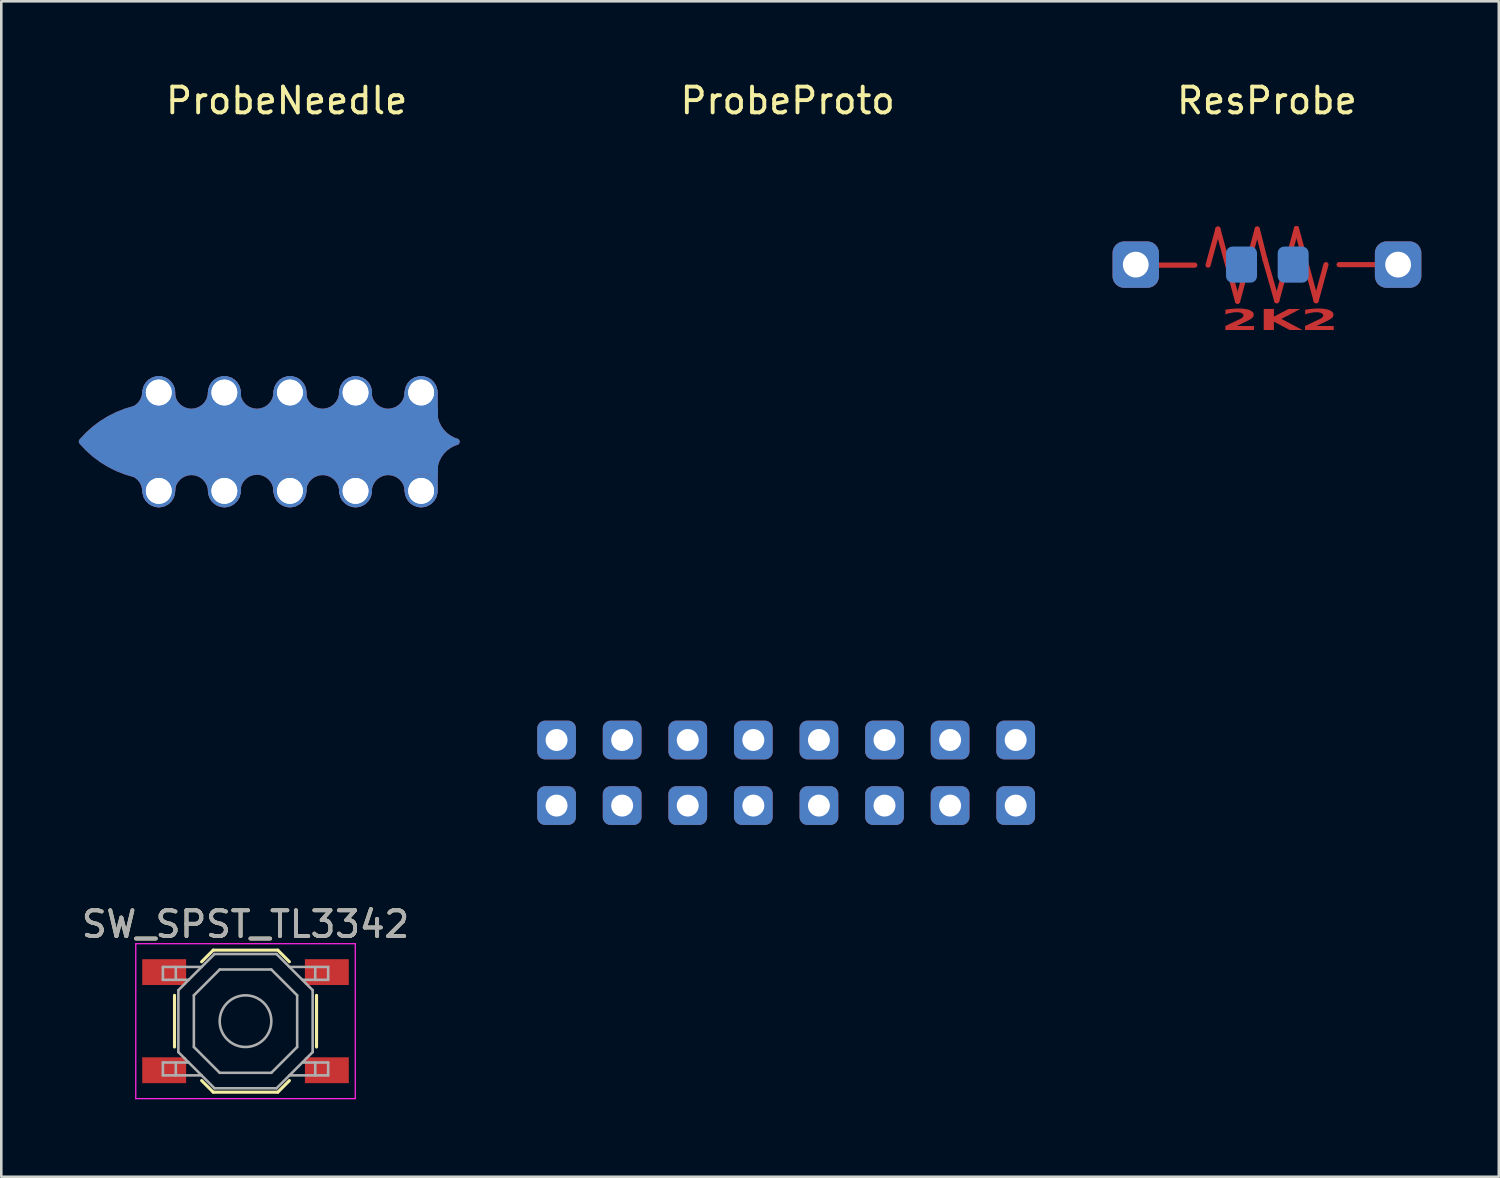
<source format=kicad_pcb>
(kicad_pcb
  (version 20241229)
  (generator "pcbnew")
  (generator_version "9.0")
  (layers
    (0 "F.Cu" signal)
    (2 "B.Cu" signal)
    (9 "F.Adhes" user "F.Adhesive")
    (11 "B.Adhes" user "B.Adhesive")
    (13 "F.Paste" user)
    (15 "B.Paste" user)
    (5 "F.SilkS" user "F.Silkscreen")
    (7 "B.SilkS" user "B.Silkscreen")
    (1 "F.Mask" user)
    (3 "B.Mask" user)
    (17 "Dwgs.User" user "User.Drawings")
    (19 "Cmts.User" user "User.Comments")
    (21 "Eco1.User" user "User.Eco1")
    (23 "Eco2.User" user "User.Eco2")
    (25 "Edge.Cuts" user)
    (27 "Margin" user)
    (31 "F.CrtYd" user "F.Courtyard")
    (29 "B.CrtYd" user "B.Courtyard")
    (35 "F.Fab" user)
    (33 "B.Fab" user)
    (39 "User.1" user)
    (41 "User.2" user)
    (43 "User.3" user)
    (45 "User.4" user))
  (footprint "SW_SPST_TL3342"
    (layer "F.Cu")
    (at 6.458 36.496)
    (property "Reference" "SW_SPST_TL3342" (at 0 -3.75 0) (layer "F.SilkS") (effects (font (size 1 1) (thickness 0.15))))
    (attr smd)
    (fp_line (start -2.75 -1) (end -2.75 1) (stroke (width 0.12) (type solid)) (layer "F.SilkS"))
    (fp_line (start -1.7 -2.3) (end -1.25 -2.75) (stroke (width 0.12) (type solid)) (layer "F.SilkS"))
    (fp_line (start -1.7 2.3) (end -1.25 2.75) (stroke (width 0.12) (type solid)) (layer "F.SilkS"))
    (fp_line (start -1.25 -2.75) (end 1.25 -2.75) (stroke (width 0.12) (type solid)) (layer "F.SilkS"))
    (fp_line (start -1.25 2.75) (end 1.25 2.75) (stroke (width 0.12) (type solid)) (layer "F.SilkS"))
    (fp_line (start 1.7 -2.3) (end 1.25 -2.75) (stroke (width 0.12) (type solid)) (layer "F.SilkS"))
    (fp_line (start 1.7 2.3) (end 1.25 2.75) (stroke (width 0.12) (type solid)) (layer "F.SilkS"))
    (fp_line (start 2.75 -1) (end 2.75 1) (stroke (width 0.12) (type solid)) (layer "F.SilkS"))
    (fp_line (start -4.25 -3) (end 4.25 -3) (stroke (width 0.05) (type solid)) (layer "F.CrtYd"))
    (fp_line (start -4.25 3) (end -4.25 -3) (stroke (width 0.05) (type solid)) (layer "F.CrtYd"))
    (fp_line (start 4.25 -3) (end 4.25 3) (stroke (width 0.05) (type solid)) (layer "F.CrtYd"))
    (fp_line (start 4.25 3) (end -4.25 3) (stroke (width 0.05) (type solid)) (layer "F.CrtYd"))
    (fp_line (start -3.2 -2.1) (end -3.2 -1.6) (stroke (width 0.1) (type solid)) (layer "F.Fab"))
    (fp_line (start -3.2 -1.6) (end -2.2 -1.6) (stroke (width 0.1) (type solid)) (layer "F.Fab"))
    (fp_line (start -3.2 1.6) (end -2.2 1.6) (stroke (width 0.1) (type solid)) (layer "F.Fab"))
    (fp_line (start -3.2 2.1) (end -3.2 1.6) (stroke (width 0.1) (type solid)) (layer "F.Fab"))
    (fp_line (start -2.7 -2.1) (end -2.7 -1.6) (stroke (width 0.1) (type solid)) (layer "F.Fab"))
    (fp_line (start -2.7 2.1) (end -2.7 1.6) (stroke (width 0.1) (type solid)) (layer "F.Fab"))
    (fp_line (start -2.6 -1.2) (end -2.6 1.2) (stroke (width 0.1) (type solid)) (layer "F.Fab"))
    (fp_line (start -2.6 1.2) (end -1.2 2.6) (stroke (width 0.1) (type solid)) (layer "F.Fab"))
    (fp_line (start -2 -1) (end -1 -2) (stroke (width 0.1) (type solid)) (layer "F.Fab"))
    (fp_line (start -2 1) (end -2 -1) (stroke (width 0.1) (type solid)) (layer "F.Fab"))
    (fp_line (start -1.7 -2.1) (end -3.2 -2.1) (stroke (width 0.1) (type solid)) (layer "F.Fab"))
    (fp_line (start -1.7 2.1) (end -3.2 2.1) (stroke (width 0.1) (type solid)) (layer "F.Fab"))
    (fp_line (start -1.2 -2.6) (end -2.6 -1.2) (stroke (width 0.1) (type solid)) (layer "F.Fab"))
    (fp_line (start -1.2 2.6) (end 1.2 2.6) (stroke (width 0.1) (type solid)) (layer "F.Fab"))
    (fp_line (start -1 -2) (end 1 -2) (stroke (width 0.1) (type solid)) (layer "F.Fab"))
    (fp_line (start -1 2) (end -2 1) (stroke (width 0.1) (type solid)) (layer "F.Fab"))
    (fp_line (start 1 -2) (end 2 -1) (stroke (width 0.1) (type solid)) (layer "F.Fab"))
    (fp_line (start 1 2) (end -1 2) (stroke (width 0.1) (type solid)) (layer "F.Fab"))
    (fp_line (start 1.2 -2.6) (end -1.2 -2.6) (stroke (width 0.1) (type solid)) (layer "F.Fab"))
    (fp_line (start 1.2 2.6) (end 2.6 1.2) (stroke (width 0.1) (type solid)) (layer "F.Fab"))
    (fp_line (start 1.7 -2.1) (end 3.2 -2.1) (stroke (width 0.1) (type solid)) (layer "F.Fab"))
    (fp_line (start 1.7 2.1) (end 3.2 2.1) (stroke (width 0.1) (type solid)) (layer "F.Fab"))
    (fp_line (start 2 -1) (end 2 1) (stroke (width 0.1) (type solid)) (layer "F.Fab"))
    (fp_line (start 2 1) (end 1 2) (stroke (width 0.1) (type solid)) (layer "F.Fab"))
    (fp_line (start 2.6 -1.2) (end 1.2 -2.6) (stroke (width 0.1) (type solid)) (layer "F.Fab"))
    (fp_line (start 2.6 1.2) (end 2.6 -1.2) (stroke (width 0.1) (type solid)) (layer "F.Fab"))
    (fp_line (start 2.7 -2.1) (end 2.7 -1.6) (stroke (width 0.1) (type solid)) (layer "F.Fab"))
    (fp_line (start 2.7 2.1) (end 2.7 1.6) (stroke (width 0.1) (type solid)) (layer "F.Fab"))
    (fp_line (start 3.2 -2.1) (end 3.2 -1.6) (stroke (width 0.1) (type solid)) (layer "F.Fab"))
    (fp_line (start 3.2 -1.6) (end 2.2 -1.6) (stroke (width 0.1) (type solid)) (layer "F.Fab"))
    (fp_line (start 3.2 1.6) (end 2.2 1.6) (stroke (width 0.1) (type solid)) (layer "F.Fab"))
    (fp_line (start 3.2 2.1) (end 3.2 1.6) (stroke (width 0.1) (type solid)) (layer "F.Fab"))
    (fp_circle (center 0 0) (end 1 0) (stroke (width 0.1) (type solid)) (fill no) (layer "F.Fab"))
    (fp_text user "${REFERENCE}" (at 0 -3.75 0) (layer "F.Fab") (effects (font (size 1 1) (thickness 0.15))))
    (pad "1" smd rect (at -3.15 -1.9 180) (size 1.7 1) (layers "F.Cu" "F.Mask" "F.Paste"))
    (pad "1" smd rect (at 3.15 -1.9 180) (size 1.7 1) (layers "F.Cu" "F.Mask" "F.Paste"))
    (pad "2" smd rect (at -3.15 1.9 180) (size 1.7 1) (layers "F.Cu" "F.Mask" "F.Paste"))
    (pad "2" smd rect (at 3.15 1.9 180) (size 1.7 1) (layers "F.Cu" "F.Mask" "F.Paste")))
  (footprint "ProbeProto"
    (layer "F.Cu")
    (at 27.394 25.608)
    (property "Reference" "ProbeProto" (at 0.06 -24.76 0) (unlocked yes) (layer "F.SilkS") (effects (font (size 1 1) (thickness 0.15))))
    (attr through_hole)
    (pad "1" thru_hole roundrect (at -8.89 0) (size 1.5 1.5) (drill 0.85) (layers "*.Cu" "*.Mask") (roundrect_rratio 0.2))
    (pad "1" thru_hole roundrect (at -8.89 2.54) (size 1.5 1.5) (drill 0.85) (layers "*.Cu" "*.Mask") (roundrect_rratio 0.2))
    (pad "1" thru_hole roundrect (at -6.35 0) (size 1.5 1.5) (drill 0.85) (layers "*.Cu" "*.Mask") (roundrect_rratio 0.2))
    (pad "1" thru_hole roundrect (at -6.35 2.54) (size 1.5 1.5) (drill 0.85) (layers "*.Cu" "*.Mask") (roundrect_rratio 0.2))
    (pad "1" thru_hole roundrect (at -3.81 0) (size 1.5 1.5) (drill 0.85) (layers "*.Cu" "*.Mask") (roundrect_rratio 0.2))
    (pad "1" thru_hole roundrect (at -3.81 2.54) (size 1.5 1.5) (drill 0.85) (layers "*.Cu" "*.Mask") (roundrect_rratio 0.2))
    (pad "1" thru_hole roundrect (at -1.27 0) (size 1.5 1.5) (drill 0.85) (layers "*.Cu" "*.Mask") (roundrect_rratio 0.2))
    (pad "1" thru_hole roundrect (at -1.27 2.54) (size 1.5 1.5) (drill 0.85) (layers "*.Cu" "*.Mask") (roundrect_rratio 0.2))
    (pad "1" thru_hole roundrect (at 1.27 0) (size 1.5 1.5) (drill 0.85) (layers "*.Cu" "*.Mask") (roundrect_rratio 0.2))
    (pad "1" thru_hole roundrect (at 1.27 2.54) (size 1.5 1.5) (drill 0.85) (layers "*.Cu" "*.Mask") (roundrect_rratio 0.2))
    (pad "1" thru_hole roundrect (at 3.81 0) (size 1.5 1.5) (drill 0.85) (layers "*.Cu" "*.Mask") (roundrect_rratio 0.2))
    (pad "1" thru_hole roundrect (at 3.81 2.54) (size 1.5 1.5) (drill 0.85) (layers "*.Cu" "*.Mask") (roundrect_rratio 0.2))
    (pad "1" thru_hole roundrect (at 6.35 0) (size 1.5 1.5) (drill 0.85) (layers "*.Cu" "*.Mask") (roundrect_rratio 0.2))
    (pad "1" thru_hole roundrect (at 6.35 2.54) (size 1.5 1.5) (drill 0.85) (layers "*.Cu" "*.Mask") (roundrect_rratio 0.2))
    (pad "1" thru_hole roundrect (at 8.89 0) (size 1.5 1.5) (drill 0.85) (layers "*.Cu" "*.Mask") (roundrect_rratio 0.2))
    (pad "1" thru_hole roundrect (at 8.89 2.54) (size 1.5 1.5) (drill 0.85) (layers "*.Cu" "*.Mask") (roundrect_rratio 0.2)))
  (footprint "ProbeNeedle"
    (layer "F.Cu")
    (at 8.179 14.056)
    (property "Reference" "ProbeNeedle" (at -0.127 -13.208 0) (unlocked yes) (layer "F.SilkS") (effects (font (size 1 1) (thickness 0.15))))
    (attr through_hole)
    (pad "1" thru_hole roundrect (at -5.08 -1.905 90) (size 1.27 1.27) (drill 1) (layers "*.Cu" "*.Mask") (roundrect_rratio 0.5) (chamfer_ratio 0) (chamfer top_left bottom_left))
    (pad "1" thru_hole roundrect (at -5.08 -1.905 90) (size 1.27 1.27) (drill 1) (layers "*.Cu" "*.Mask") (roundrect_rratio 0.5) (chamfer_ratio 0) (chamfer top_left bottom_left))
    (pad "1" thru_hole roundrect (at -5.08 1.905 270) (size 1.27 1.27) (drill 1) (layers "*.Cu" "*.Mask") (roundrect_rratio 0.5) (chamfer_ratio 0) (chamfer top_left bottom_left))
    (pad "1" thru_hole roundrect (at -5.08 1.905 270) (size 1.27 1.27) (drill 1) (layers "*.Cu" "*.Mask") (roundrect_rratio 0.5) (chamfer_ratio 0) (chamfer top_left bottom_left))
    (pad "1" thru_hole roundrect (at -2.54 -1.905 90) (size 1.27 1.27) (drill 1) (layers "*.Cu" "*.Mask") (roundrect_rratio 0.5) (chamfer_ratio 0) (chamfer top_left bottom_left))
    (pad "1" thru_hole roundrect (at -2.54 -1.905 90) (size 1.27 1.27) (drill 1) (layers "*.Cu" "*.Mask") (roundrect_rratio 0.5) (chamfer_ratio 0) (chamfer top_left bottom_left))
    (pad "1" thru_hole roundrect (at -2.54 1.905 270) (size 1.27 1.27) (drill 1) (layers "*.Cu" "*.Mask") (roundrect_rratio 0.5) (chamfer_ratio 0) (chamfer top_left bottom_left))
    (pad "1" thru_hole roundrect (at -2.54 1.905 270) (size 1.27 1.27) (drill 1) (layers "*.Cu" "*.Mask") (roundrect_rratio 0.5) (chamfer_ratio 0) (chamfer top_left bottom_left))
    (pad "1" smd custom (at -0.96 -0.01 90) (size 2.545 2.545) (layers "F.Cu" "F.Mask" "F.Paste") (options (anchor circle)) (primitives (gr_arc (start -1.9025 -1.206498) (mid -1.038537 -0.317499) (end -1.9025 0.5715) (width 0.508)) (gr_arc (start 1.8821 0.5715) (mid 1.018137 -0.317499) (end 1.8821 -1.206498) (width 0.508)) (gr_poly (pts (xy -1.28 -5.37) (xy -0.007 -6.643) (xy 1.265 -5.37) (xy 1.265 6.692) (xy -1.28 6.692)) (width 0) (fill yes)) (gr_arc (start -0.003887 -7.091827) (mid 0.779823 -6.177328) (end 1.2471 -5.0673) (width 0.254)) (gr_arc (start -1.177749 -5.311574) (mid -1.4199 -4.837897) (end -1.911879 -4.6355) (width 0.254)) (gr_poly (pts (xy -1.369 -4.686) (xy -1.369 -4.788) (xy -1.268 -4.864) (xy -1.242 -4.686)) (width 0.2) (fill yes)) (gr_arc (start -1.254874 -5.0673) (mid -0.787598 -6.177329) (end -0.003887 -7.091827) (width 0.254)) (gr_arc (start 1.9075 -4.6355) (mid 1.415521 -4.837897) (end 1.17337 -5.311574) (width 0.254)) (gr_arc (start 1.8821 -1.968501) (mid 1.018137 -2.8575) (end 1.8821 -3.746499) (width 0.508)) (gr_arc (start 1.882101 3.111499) (mid 1.018138 2.2225) (end 1.882101 1.333501) (width 0.508)) (gr_arc (start 1.882101 5.651499) (mid 1.018138 4.7625) (end 1.882101 3.873501) (width 0.508)) (gr_poly (pts (xy 1.349 -4.686) (xy 1.349 -4.788) (xy 1.247 -4.864) (xy 1.222 -4.686)) (width 0.2) (fill yes)) (gr_poly (pts (xy 0.841 -5.829) (xy 0.536 -6.312) (xy -0.023 -6.921) (xy -0.505 -6.388) (xy -0.861 -5.753) (xy 0.714 -5.753) (xy 0.841 -5.855)) (width 0.2) (fill yes)) (gr_poly (pts (xy -0.012 7.104) (xy 0.395 6.646) (xy -0.418 6.646)) (width 0.2) (fill yes)) (gr_arc (start -0.011863 7.4085) (mid 0.450035 6.767857) (end 1.207381 6.543844) (width 0.254)) (gr_arc (start -1.231107 6.543844) (mid -0.473766 6.767874) (end -0.011863 7.4085) (width 0.254)) (gr_arc (start -1.916864 3.877901) (mid -1.052901 4.7669) (end -1.916864 5.655899) (width 0.508)) (gr_arc (start -1.916864 1.337901) (mid -1.052901 2.2269) (end -1.916864 3.115899) (width 0.508)) (gr_arc (start -1.916863 -3.742099) (mid -1.0529 -2.8531) (end -1.916863 -1.964101) (width 0.508)) (gr_arc (start -1.231107 6.543844) (mid -0.473764 6.767872) (end -0.011863 7.4085) (width 0.254)) (gr_arc (start -0.011863 7.4085) (mid 0.450038 6.767872) (end 1.207381 6.543844) (width 0.254))))
    (pad "1" smd custom (at -0.96 -0.01 90) (size 2.545 2.545) (layers "B.Cu" "B.Mask" "B.Paste") (options (anchor circle)) (primitives (gr_arc (start -1.9025 -1.206498) (mid -1.038537 -0.317499) (end -1.9025 0.5715) (width 0.508)) (gr_arc (start 1.8821 0.5715) (mid 1.018137 -0.317499) (end 1.8821 -1.206498) (width 0.508)) (gr_poly (pts (xy -1.28 -5.37) (xy -0.007 -6.643) (xy 1.265 -5.37) (xy 1.265 6.692) (xy -1.28 6.692)) (width 0) (fill yes)) (gr_arc (start -0.003887 -7.091827) (mid 0.779823 -6.177328) (end 1.2471 -5.0673) (width 0.254)) (gr_arc (start -1.177749 -5.311574) (mid -1.4199 -4.837897) (end -1.911879 -4.6355) (width 0.254)) (gr_poly (pts (xy -1.369 -4.686) (xy -1.369 -4.788) (xy -1.268 -4.864) (xy -1.242 -4.686)) (width 0.2) (fill yes)) (gr_arc (start -1.254874 -5.0673) (mid -0.787598 -6.177329) (end -0.003887 -7.091827) (width 0.254)) (gr_arc (start 1.9075 -4.6355) (mid 1.415521 -4.837897) (end 1.17337 -5.311574) (width 0.254)) (gr_arc (start 1.8821 -1.968501) (mid 1.018137 -2.8575) (end 1.8821 -3.746499) (width 0.508)) (gr_arc (start 1.882101 3.111499) (mid 1.018138 2.2225) (end 1.882101 1.333501) (width 0.508)) (gr_arc (start 1.882101 5.651499) (mid 1.018138 4.7625) (end 1.882101 3.873501) (width 0.508)) (gr_poly (pts (xy 1.349 -4.686) (xy 1.349 -4.788) (xy 1.247 -4.864) (xy 1.222 -4.686)) (width 0.2) (fill yes)) (gr_poly (pts (xy 0.841 -5.829) (xy 0.536 -6.312) (xy -0.023 -6.921) (xy -0.505 -6.388) (xy -0.861 -5.753) (xy 0.714 -5.753) (xy 0.841 -5.855)) (width 0.2) (fill yes)) (gr_poly (pts (xy -0.012 7.104) (xy 0.395 6.646) (xy -0.418 6.646)) (width 0.2) (fill yes)) (gr_arc (start -0.011863 7.4085) (mid 0.450035 6.767857) (end 1.207381 6.543844) (width 0.254)) (gr_arc (start -1.231107 6.543844) (mid -0.473766 6.767874) (end -0.011863 7.4085) (width 0.254)) (gr_arc (start -1.916864 3.877901) (mid -1.052901 4.7669) (end -1.916864 5.655899) (width 0.508)) (gr_arc (start -1.916864 1.337901) (mid -1.052901 2.2269) (end -1.916864 3.115899) (width 0.508)) (gr_arc (start -1.916863 -3.742099) (mid -1.0529 -2.8531) (end -1.916863 -1.964101) (width 0.508)) (gr_arc (start -1.231107 6.543844) (mid -0.473764 6.767872) (end -0.011863 7.4085) (width 0.254)) (gr_arc (start -0.011863 7.4085) (mid 0.450038 6.767872) (end 1.207381 6.543844) (width 0.254))))
    (pad "1" thru_hole roundrect (at 0 -1.905 90) (size 1.27 1.27) (drill 1) (layers "*.Cu" "*.Mask") (roundrect_rratio 0.5) (chamfer_ratio 0) (chamfer top_left bottom_left))
    (pad "1" thru_hole roundrect (at 0 -1.905 90) (size 1.27 1.27) (drill 1) (layers "*.Cu" "*.Mask") (roundrect_rratio 0.5) (chamfer_ratio 0) (chamfer top_left bottom_left))
    (pad "1" thru_hole roundrect (at 0 1.905 270) (size 1.27 1.27) (drill 1) (layers "*.Cu" "*.Mask") (roundrect_rratio 0.5) (chamfer_ratio 0) (chamfer top_left bottom_left))
    (pad "1" thru_hole roundrect (at 0 1.905 270) (size 1.27 1.27) (drill 1) (layers "*.Cu" "*.Mask") (roundrect_rratio 0.5) (chamfer_ratio 0) (chamfer top_left bottom_left))
    (pad "1" thru_hole roundrect (at 2.54 -1.905 90) (size 1.27 1.27) (drill 1) (layers "*.Cu" "*.Mask") (roundrect_rratio 0.5) (chamfer_ratio 0) (chamfer top_left bottom_left))
    (pad "1" thru_hole roundrect (at 2.54 -1.905 90) (size 1.27 1.27) (drill 1) (layers "*.Cu" "*.Mask") (roundrect_rratio 0.5) (chamfer_ratio 0) (chamfer top_left bottom_left))
    (pad "1" thru_hole roundrect (at 2.54 1.905 270) (size 1.27 1.27) (drill 1) (layers "*.Cu" "*.Mask") (roundrect_rratio 0.5) (chamfer_ratio 0) (chamfer top_left bottom_left))
    (pad "1" thru_hole roundrect (at 2.54 1.905 270) (size 1.27 1.27) (drill 1) (layers "*.Cu" "*.Mask") (roundrect_rratio 0.5) (chamfer_ratio 0) (chamfer top_left bottom_left))
    (pad "1" thru_hole roundrect (at 5.08 -1.905 90) (size 1.27 1.27) (drill 1) (layers "*.Cu" "*.Mask") (roundrect_rratio 0.5) (chamfer_ratio 0) (chamfer top_left bottom_left))
    (pad "1" thru_hole roundrect (at 5.08 -1.905 90) (size 1.27 1.27) (drill 1) (layers "*.Cu" "*.Mask") (roundrect_rratio 0.5) (chamfer_ratio 0) (chamfer top_left bottom_left))
    (pad "1" thru_hole roundrect (at 5.08 1.905 270) (size 1.27 1.27) (drill 1) (layers "*.Cu" "*.Mask") (roundrect_rratio 0.5) (chamfer_ratio 0) (chamfer top_left bottom_left))
    (pad "1" thru_hole roundrect (at 5.08 1.905 270) (size 1.27 1.27) (drill 1) (layers "*.Cu" "*.Mask") (roundrect_rratio 0.5) (chamfer_ratio 0) (chamfer top_left bottom_left)))
  (footprint "ResProbe"
    (layer "F.Cu")
    (at 46.014 7.198)
    (property "Reference" "ResProbe" (at 0 -6.35 0) (unlocked yes) (layer "F.SilkS") (effects (font (size 1 1) (thickness 0.15))))
    (attr through_hole)
    (fp_line (start -2.794 0.02) (end -4.566 0.02) (stroke (width 0.2) (type default)) (layer "F.Cu"))
    (fp_line (start -2.28 0.02) (end -1.899 -1.377) (stroke (width 0.2) (type default)) (layer "F.Cu"))
    (fp_line (start -1.518 0.02) (end -1.899 -1.377) (stroke (width 0.2) (type default)) (layer "F.Cu"))
    (fp_line (start -1.518 0.02) (end -1.137 1.417) (stroke (width 0.2) (type default)) (layer "F.Cu"))
    (fp_line (start -0.756 0.02) (end -1.137 1.417) (stroke (width 0.2) (type default)) (layer "F.Cu"))
    (fp_line (start -0.756 0.02) (end -0.375 -1.377) (stroke (width 0.2) (type default)) (layer "F.Cu"))
    (fp_line (start -0.076 -0.203) (end -0.375 -1.377) (stroke (width 0.2) (type default)) (layer "F.Cu"))
    (fp_line (start -0.076 -0.203) (end 0.381 1.397) (stroke (width 0.2) (type default)) (layer "F.Cu"))
    (fp_line (start 0.762 0) (end 0.381 1.397) (stroke (width 0.2) (type default)) (layer "F.Cu"))
    (fp_line (start 0.762 0) (end 1.143 -1.397) (stroke (width 0.2) (type default)) (layer "F.Cu"))
    (fp_line (start 1.524 0) (end 1.143 -1.397) (stroke (width 0.2) (type default)) (layer "F.Cu"))
    (fp_line (start 1.524 0) (end 1.905 1.397) (stroke (width 0.2) (type default)) (layer "F.Cu"))
    (fp_line (start 2.286 0) (end 1.905 1.397) (stroke (width 0.2) (type default)) (layer "F.Cu"))
    (fp_line (start 2.794 0) (end 4.572 0) (stroke (width 0.2) (type default)) (layer "F.Cu"))
    (fp_text user "2K2" (at -1.778 2.667 0) (unlocked yes) (layer "F.Cu") (effects (font (face "Eurostile Next LT Pro UltLt") (size 0.8 1.5) (thickness 0.2) (bold yes)) (justify left bottom)))
    (pad "1" thru_hole roundrect (at -5.08 0 90) (size 1.8 1.8) (drill 1) (layers "*.Cu" "*.Mask") (roundrect_rratio 0.25))
    (pad "1" smd roundrect (at -0.984 0) (size 1.2 1.4) (layers "B.Cu" "B.Mask" "B.Paste") (roundrect_rratio 0.208))
    (pad "2" smd roundrect (at 1.016 0) (size 1.2 1.4) (layers "B.Cu" "B.Mask" "B.Paste") (roundrect_rratio 0.208))
    (pad "2" thru_hole roundrect (at 5.08 0 90) (size 1.8 1.8) (drill 1) (layers "*.Cu" "*.Mask") (roundrect_rratio 0.25)))
  (gr_rect
    (start -3 -3)
    (end 54.994 42.521)
    (stroke (width 0.1) (type default))
    (fill no)
    (layer "Edge.Cuts")))
</source>
